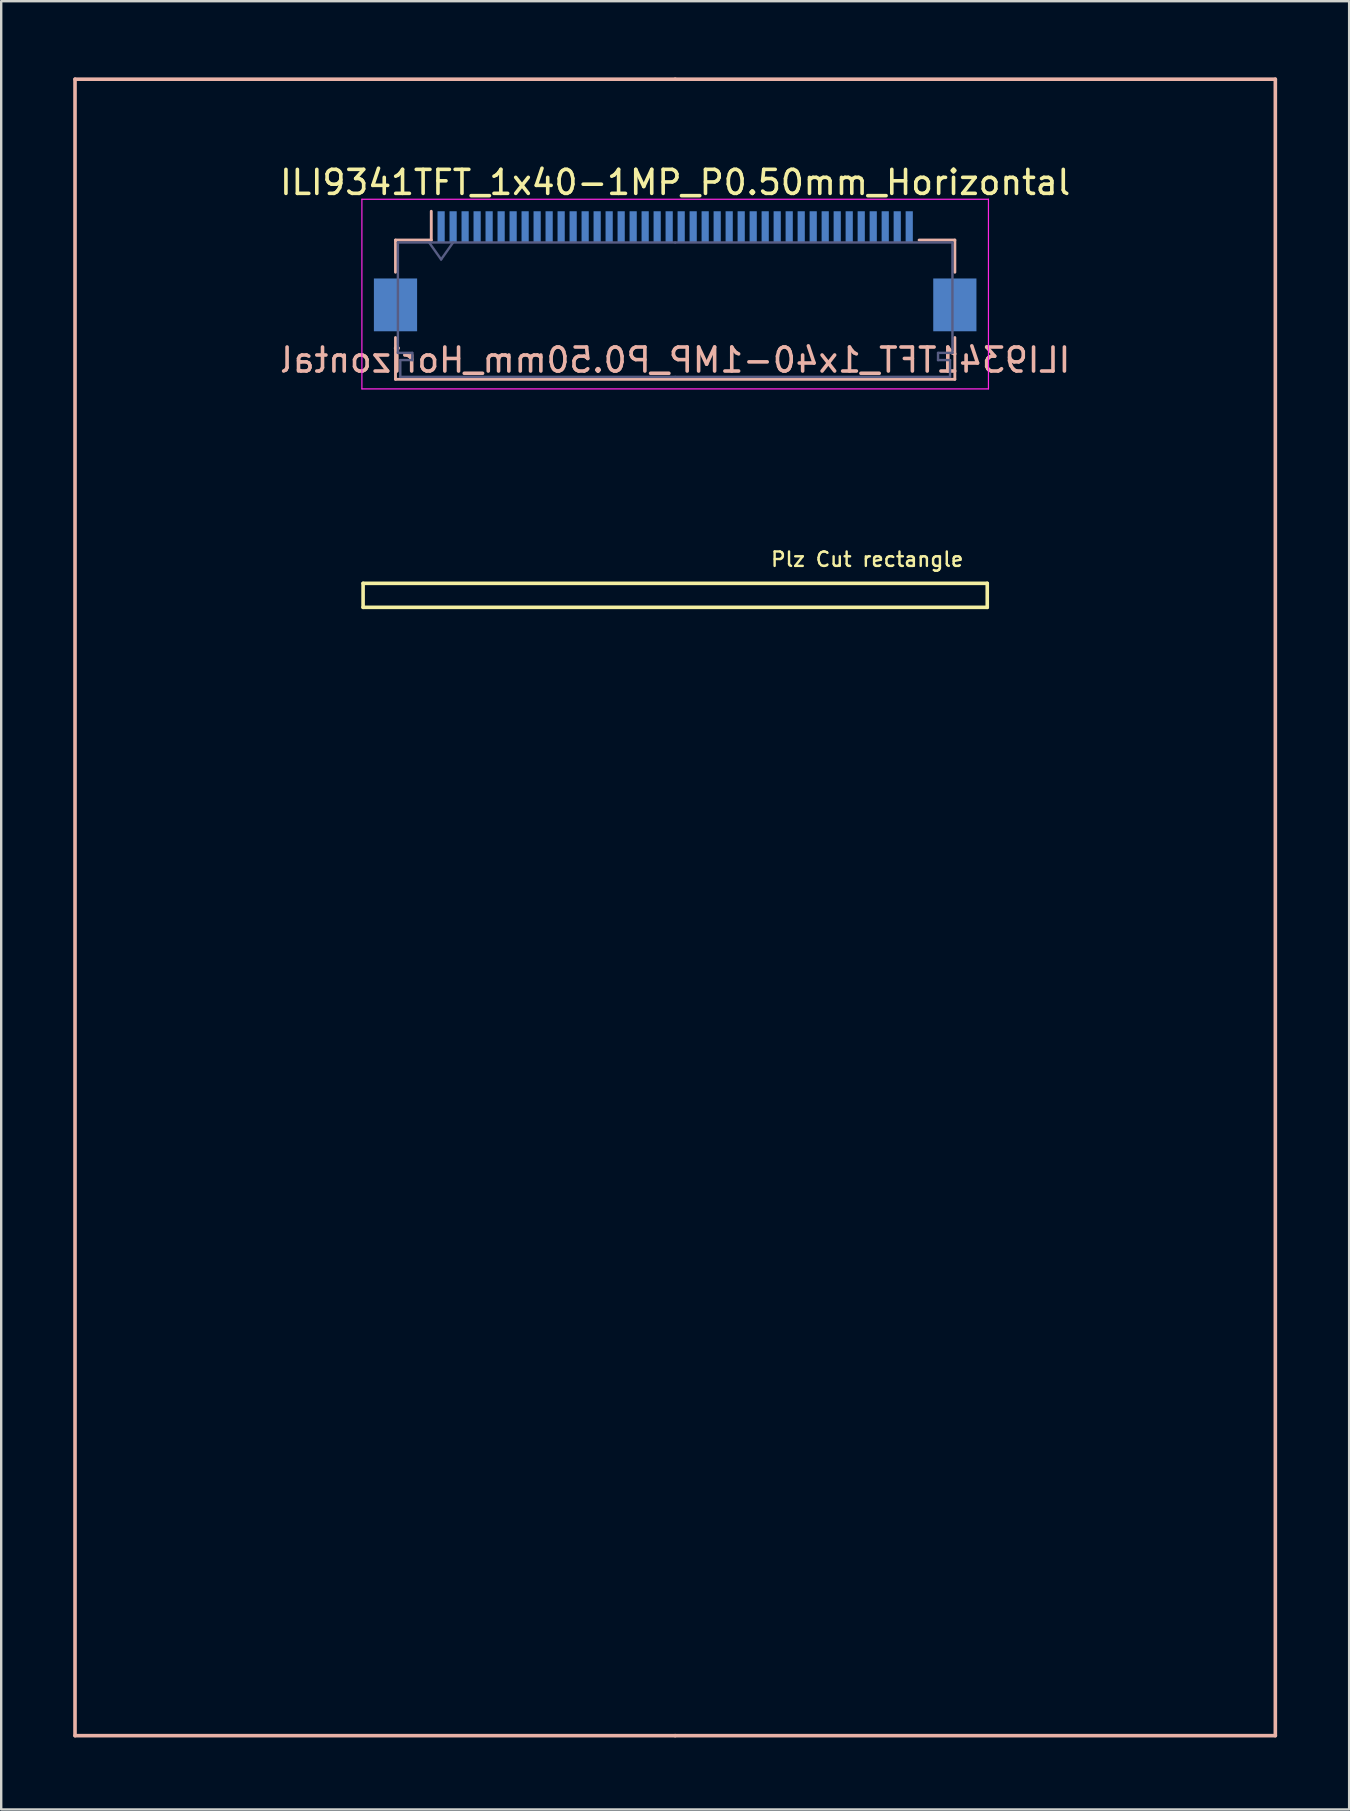
<source format=kicad_pcb>
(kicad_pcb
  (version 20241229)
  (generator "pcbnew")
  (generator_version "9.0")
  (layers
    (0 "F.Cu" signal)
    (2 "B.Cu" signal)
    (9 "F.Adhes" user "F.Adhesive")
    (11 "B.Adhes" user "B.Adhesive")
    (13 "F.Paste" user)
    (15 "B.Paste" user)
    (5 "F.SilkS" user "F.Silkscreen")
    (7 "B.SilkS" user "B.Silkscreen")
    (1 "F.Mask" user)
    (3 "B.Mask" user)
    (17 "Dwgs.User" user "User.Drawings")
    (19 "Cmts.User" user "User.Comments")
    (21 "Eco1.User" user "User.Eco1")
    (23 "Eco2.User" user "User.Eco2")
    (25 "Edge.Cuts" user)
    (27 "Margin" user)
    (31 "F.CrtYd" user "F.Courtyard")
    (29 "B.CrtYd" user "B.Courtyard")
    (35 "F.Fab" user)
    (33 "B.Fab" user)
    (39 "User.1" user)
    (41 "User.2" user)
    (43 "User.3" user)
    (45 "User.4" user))
  (footprint "ILI9341TFT_1x40-1MP_P0.50mm_Horizontal"
    (layer "F.Cu")
    (at 25.075 0.25)
    (property "Reference" "ILI9341TFT_1x40-1MP_P0.50mm_Horizontal" (at 0 4.3 0) (layer "F.SilkS") (effects (font (size 1 1) (thickness 0.15))))
    (attr smd)
    (fp_line (start -13 21) (end 13 21) (stroke (width 0.15) (type solid)) (layer "F.SilkS"))
    (fp_line (start -13 22) (end -13 21) (stroke (width 0.15) (type solid)) (layer "F.SilkS"))
    (fp_line (start 13 21) (end 13 22) (stroke (width 0.15) (type solid)) (layer "F.SilkS"))
    (fp_line (start 13 22) (end -13 22) (stroke (width 0.15) (type solid)) (layer "F.SilkS"))
    (fp_line (start -25 0) (end 0 0) (stroke (width 0.15) (type solid)) (layer "B.SilkS"))
    (fp_line (start -25 69) (end -25 0) (stroke (width 0.15) (type solid)) (layer "B.SilkS"))
    (fp_line (start -11.65 6.7) (end -11.65 8.04) (stroke (width 0.12) (type solid)) (layer "B.SilkS"))
    (fp_line (start -11.65 10.76) (end -11.65 12.5) (stroke (width 0.12) (type solid)) (layer "B.SilkS"))
    (fp_line (start -11.65 12.5) (end 11.65 12.5) (stroke (width 0.12) (type solid)) (layer "B.SilkS"))
    (fp_line (start -10.16 6.7) (end -11.65 6.7) (stroke (width 0.12) (type solid)) (layer "B.SilkS"))
    (fp_line (start -10.16 6.7) (end -10.16 5.5) (stroke (width 0.12) (type solid)) (layer "B.SilkS"))
    (fp_line (start 0 0) (end 25 0) (stroke (width 0.15) (type solid)) (layer "B.SilkS"))
    (fp_line (start 0 69) (end -25 69) (stroke (width 0.15) (type solid)) (layer "B.SilkS"))
    (fp_line (start 10.16 6.7) (end 11.65 6.7) (stroke (width 0.12) (type solid)) (layer "B.SilkS"))
    (fp_line (start 11.65 6.7) (end 11.65 8.04) (stroke (width 0.12) (type solid)) (layer "B.SilkS"))
    (fp_line (start 11.65 12.5) (end 11.65 10.76) (stroke (width 0.12) (type solid)) (layer "B.SilkS"))
    (fp_line (start 25 0) (end 25 69) (stroke (width 0.15) (type solid)) (layer "B.SilkS"))
    (fp_line (start 25 69) (end 0 69) (stroke (width 0.15) (type solid)) (layer "B.SilkS"))
    (fp_line (start -13.05 5) (end -13.05 12.9) (stroke (width 0.05) (type solid)) (layer "F.CrtYd"))
    (fp_line (start -13.05 12.9) (end 13.05 12.9) (stroke (width 0.05) (type solid)) (layer "F.CrtYd"))
    (fp_line (start 13.05 5) (end -13.05 5) (stroke (width 0.05) (type solid)) (layer "F.CrtYd"))
    (fp_line (start 13.05 12.9) (end 13.05 5) (stroke (width 0.05) (type solid)) (layer "F.CrtYd"))
    (fp_line (start -11.55 6.8) (end -11.55 11.4) (stroke (width 0.1) (type solid)) (layer "B.Fab"))
    (fp_line (start -11.55 11.4) (end -10.95 11.4) (stroke (width 0.1) (type solid)) (layer "B.Fab"))
    (fp_line (start -11.45 11.7) (end -11.45 12.4) (stroke (width 0.1) (type solid)) (layer "B.Fab"))
    (fp_line (start -11.45 12.4) (end 0 12.4) (stroke (width 0.1) (type solid)) (layer "B.Fab"))
    (fp_line (start -10.95 11.4) (end -10.95 11.7) (stroke (width 0.1) (type solid)) (layer "B.Fab"))
    (fp_line (start -10.95 11.7) (end -11.45 11.7) (stroke (width 0.1) (type solid)) (layer "B.Fab"))
    (fp_line (start -10.25 6.8) (end -9.75 7.507) (stroke (width 0.1) (type solid)) (layer "B.Fab"))
    (fp_line (start -9.75 7.507) (end -9.25 6.8) (stroke (width 0.1) (type solid)) (layer "B.Fab"))
    (fp_line (start 0 6.8) (end -11.55 6.8) (stroke (width 0.1) (type solid)) (layer "B.Fab"))
    (fp_line (start 0 6.8) (end 11.55 6.8) (stroke (width 0.1) (type solid)) (layer "B.Fab"))
    (fp_line (start 10.95 11.4) (end 10.95 11.7) (stroke (width 0.1) (type solid)) (layer "B.Fab"))
    (fp_line (start 10.95 11.7) (end 11.45 11.7) (stroke (width 0.1) (type solid)) (layer "B.Fab"))
    (fp_line (start 11.45 11.7) (end 11.45 12.4) (stroke (width 0.1) (type solid)) (layer "B.Fab"))
    (fp_line (start 11.45 12.4) (end 0 12.4) (stroke (width 0.1) (type solid)) (layer "B.Fab"))
    (fp_line (start 11.55 6.8) (end 11.55 11.4) (stroke (width 0.1) (type solid)) (layer "B.Fab"))
    (fp_line (start 11.55 11.4) (end 10.95 11.4) (stroke (width 0.1) (type solid)) (layer "B.Fab"))
    (fp_text user "Plz Cut rectangle" (at 8 20 0) (layer "F.SilkS") (effects (font (size 0.6 0.6) (thickness 0.1))))
    (fp_text user "${REFERENCE}" (at 0 11.7 0) (layer "B.SilkS") (effects (font (size 1 1) (thickness 0.15)) (justify mirror)))
    (pad "1" smd rect (at -9.75 6.15) (size 0.3 1.3) (layers "B.Cu" "B.Mask" "B.Paste"))
    (pad "2" smd rect (at -9.25 6.15) (size 0.3 1.3) (layers "B.Cu" "B.Mask" "B.Paste"))
    (pad "3" smd rect (at -8.75 6.15) (size 0.3 1.3) (layers "B.Cu" "B.Mask" "B.Paste"))
    (pad "4" smd rect (at -8.25 6.15) (size 0.3 1.3) (layers "B.Cu" "B.Mask" "B.Paste"))
    (pad "5" smd rect (at -7.75 6.15) (size 0.3 1.3) (layers "B.Cu" "B.Mask" "B.Paste"))
    (pad "6" smd rect (at -7.25 6.15) (size 0.3 1.3) (layers "B.Cu" "B.Mask" "B.Paste"))
    (pad "7" smd rect (at -6.75 6.15) (size 0.3 1.3) (layers "B.Cu" "B.Mask" "B.Paste"))
    (pad "8" smd rect (at -6.25 6.15) (size 0.3 1.3) (layers "B.Cu" "B.Mask" "B.Paste"))
    (pad "9" smd rect (at -5.75 6.15) (size 0.3 1.3) (layers "B.Cu" "B.Mask" "B.Paste"))
    (pad "10" smd rect (at -5.25 6.15) (size 0.3 1.3) (layers "B.Cu" "B.Mask" "B.Paste"))
    (pad "11" smd rect (at -4.75 6.15) (size 0.3 1.3) (layers "B.Cu" "B.Mask" "B.Paste"))
    (pad "12" smd rect (at -4.25 6.15) (size 0.3 1.3) (layers "B.Cu" "B.Mask" "B.Paste"))
    (pad "13" smd rect (at -3.75 6.15) (size 0.3 1.3) (layers "B.Cu" "B.Mask" "B.Paste"))
    (pad "14" smd rect (at -3.25 6.15) (size 0.3 1.3) (layers "B.Cu" "B.Mask" "B.Paste"))
    (pad "15" smd rect (at -2.75 6.15) (size 0.3 1.3) (layers "B.Cu" "B.Mask" "B.Paste"))
    (pad "16" smd rect (at -2.25 6.15) (size 0.3 1.3) (layers "B.Cu" "B.Mask" "B.Paste"))
    (pad "17" smd rect (at -1.75 6.15) (size 0.3 1.3) (layers "B.Cu" "B.Mask" "B.Paste"))
    (pad "18" smd rect (at -1.25 6.15) (size 0.3 1.3) (layers "B.Cu" "B.Mask" "B.Paste"))
    (pad "19" smd rect (at -0.75 6.15) (size 0.3 1.3) (layers "B.Cu" "B.Mask" "B.Paste"))
    (pad "20" smd rect (at -0.25 6.15) (size 0.3 1.3) (layers "B.Cu" "B.Mask" "B.Paste"))
    (pad "21" smd rect (at 0.25 6.15) (size 0.3 1.3) (layers "B.Cu" "B.Mask" "B.Paste"))
    (pad "22" smd rect (at 0.75 6.15) (size 0.3 1.3) (layers "B.Cu" "B.Mask" "B.Paste"))
    (pad "23" smd rect (at 1.25 6.15) (size 0.3 1.3) (layers "B.Cu" "B.Mask" "B.Paste"))
    (pad "24" smd rect (at 1.75 6.15) (size 0.3 1.3) (layers "B.Cu" "B.Mask" "B.Paste"))
    (pad "25" smd rect (at 2.25 6.15) (size 0.3 1.3) (layers "B.Cu" "B.Mask" "B.Paste"))
    (pad "26" smd rect (at 2.75 6.15) (size 0.3 1.3) (layers "B.Cu" "B.Mask" "B.Paste"))
    (pad "27" smd rect (at 3.25 6.15) (size 0.3 1.3) (layers "B.Cu" "B.Mask" "B.Paste"))
    (pad "28" smd rect (at 3.75 6.15) (size 0.3 1.3) (layers "B.Cu" "B.Mask" "B.Paste"))
    (pad "29" smd rect (at 4.25 6.15) (size 0.3 1.3) (layers "B.Cu" "B.Mask" "B.Paste"))
    (pad "30" smd rect (at 4.75 6.15) (size 0.3 1.3) (layers "B.Cu" "B.Mask" "B.Paste"))
    (pad "31" smd rect (at 5.25 6.15) (size 0.3 1.3) (layers "B.Cu" "B.Mask" "B.Paste"))
    (pad "32" smd rect (at 5.75 6.15) (size 0.3 1.3) (layers "B.Cu" "B.Mask" "B.Paste"))
    (pad "33" smd rect (at 6.25 6.15) (size 0.3 1.3) (layers "B.Cu" "B.Mask" "B.Paste"))
    (pad "34" smd rect (at 6.75 6.15) (size 0.3 1.3) (layers "B.Cu" "B.Mask" "B.Paste"))
    (pad "35" smd rect (at 7.25 6.15) (size 0.3 1.3) (layers "B.Cu" "B.Mask" "B.Paste"))
    (pad "36" smd rect (at 7.75 6.15) (size 0.3 1.3) (layers "B.Cu" "B.Mask" "B.Paste"))
    (pad "37" smd rect (at 8.25 6.15) (size 0.3 1.3) (layers "B.Cu" "B.Mask" "B.Paste"))
    (pad "38" smd rect (at 8.75 6.15) (size 0.3 1.3) (layers "B.Cu" "B.Mask" "B.Paste"))
    (pad "39" smd rect (at 9.25 6.15) (size 0.3 1.3) (layers "B.Cu" "B.Mask" "B.Paste"))
    (pad "40" smd rect (at 9.75 6.15) (size 0.3 1.3) (layers "B.Cu" "B.Mask" "B.Paste"))
    (pad "MP" smd rect (at -11.65 9.4) (size 1.8 2.2) (layers "B.Cu" "B.Mask" "B.Paste"))
    (pad "MP" smd rect (at 11.65 9.4) (size 1.8 2.2) (layers "B.Cu" "B.Mask" "B.Paste")))
  (gr_rect
    (start -3 -3)
    (end 53.15 72.325)
    (stroke (width 0.1) (type default))
    (fill no)
    (layer "Edge.Cuts")))
</source>
